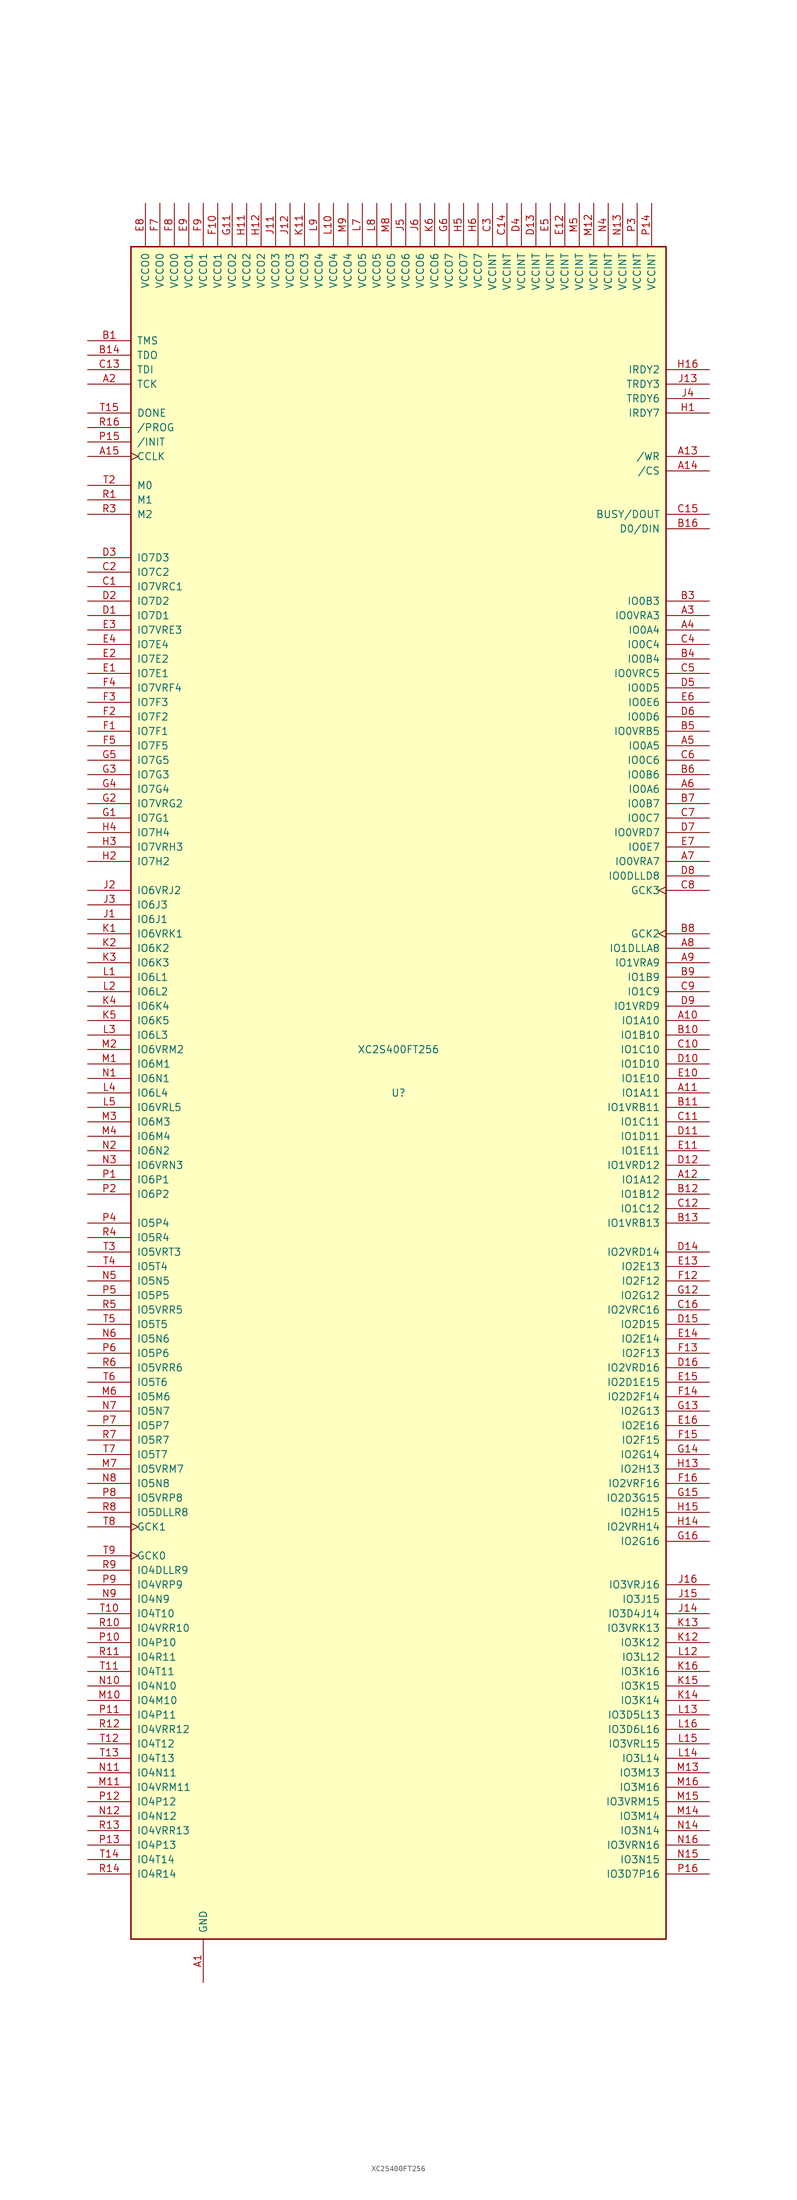
<source format=kicad_sym>
(kicad_symbol_lib
  (version 20241209)
  (generator "kicad_symbol_editor")
  (generator_version "9.0")
  (symbol "XC2S400FT256"
    (pin_names
      (offset 1.016))
    (property "Reference" "U"
      (at 0 0 0)
      (effects (font (size 1.27 1.27))))
    (property "Value" "XC2S400FT256"
      (at 0 7.62 0)
      (effects (font (size 1.27 1.27))))
    (symbol "XC2S400FT256_0_1"
      (rectangle (start 46.99 -148.59) (end -46.99 148.59) (stroke (width 0.254) (type default)) (fill (type background))))
    (symbol "XC2S400FT256_1_1"
      (pin bidirectional line (at -54.61 132.08 0) (length 7.62) (name "TMS" (effects (font (size 1.27 1.27)))) (number "B1" (effects (font (size 1.27 1.27)))))
      (pin bidirectional line (at -54.61 129.54 0) (length 7.62) (name "TDO" (effects (font (size 1.27 1.27)))) (number "B14" (effects (font (size 1.27 1.27)))))
      (pin bidirectional line (at -54.61 127 0) (length 7.62) (name "TDI" (effects (font (size 1.27 1.27)))) (number "C13" (effects (font (size 1.27 1.27)))))
      (pin bidirectional line (at -54.61 124.46 0) (length 7.62) (name "TCK" (effects (font (size 1.27 1.27)))) (number "A2" (effects (font (size 1.27 1.27)))))
      (pin bidirectional line (at -54.61 119.38 0) (length 7.62) (name "DONE" (effects (font (size 1.27 1.27)))) (number "T15" (effects (font (size 1.27 1.27)))))
      (pin input line (at -54.61 116.84 0) (length 7.62) (name "/PROG" (effects (font (size 1.27 1.27)))) (number "R16" (effects (font (size 1.27 1.27)))))
      (pin bidirectional line (at -54.61 114.3 0) (length 7.62) (name "/INIT" (effects (font (size 1.27 1.27)))) (number "P15" (effects (font (size 1.27 1.27)))))
      (pin bidirectional clock (at -54.61 111.76 0) (length 7.62) (name "CCLK" (effects (font (size 1.27 1.27)))) (number "A15" (effects (font (size 1.27 1.27)))))
      (pin input line (at -54.61 106.68 0) (length 7.62) (name "M0" (effects (font (size 1.27 1.27)))) (number "T2" (effects (font (size 1.27 1.27)))))
      (pin input line (at -54.61 104.14 0) (length 7.62) (name "M1" (effects (font (size 1.27 1.27)))) (number "R1" (effects (font (size 1.27 1.27)))))
      (pin input line (at -54.61 101.6 0) (length 7.62) (name "M2" (effects (font (size 1.27 1.27)))) (number "R3" (effects (font (size 1.27 1.27)))))
      (pin bidirectional line (at -54.61 93.98 0) (length 7.62) (name "IO7D3" (effects (font (size 1.27 1.27)))) (number "D3" (effects (font (size 1.27 1.27)))))
      (pin bidirectional line (at -54.61 91.44 0) (length 7.62) (name "IO7C2" (effects (font (size 1.27 1.27)))) (number "C2" (effects (font (size 1.27 1.27)))))
      (pin bidirectional line (at -54.61 88.9 0) (length 7.62) (name "IO7VRC1" (effects (font (size 1.27 1.27)))) (number "C1" (effects (font (size 1.27 1.27)))))
      (pin bidirectional line (at -54.61 86.36 0) (length 7.62) (name "IO7D2" (effects (font (size 1.27 1.27)))) (number "D2" (effects (font (size 1.27 1.27)))))
      (pin bidirectional line (at -54.61 83.82 0) (length 7.62) (name "IO7D1" (effects (font (size 1.27 1.27)))) (number "D1" (effects (font (size 1.27 1.27)))))
      (pin bidirectional line (at -54.61 81.28 0) (length 7.62) (name "IO7VRE3" (effects (font (size 1.27 1.27)))) (number "E3" (effects (font (size 1.27 1.27)))))
      (pin bidirectional line (at -54.61 78.74 0) (length 7.62) (name "IO7E4" (effects (font (size 1.27 1.27)))) (number "E4" (effects (font (size 1.27 1.27)))))
      (pin bidirectional line (at -54.61 76.2 0) (length 7.62) (name "IO7E2" (effects (font (size 1.27 1.27)))) (number "E2" (effects (font (size 1.27 1.27)))))
      (pin bidirectional line (at -54.61 73.66 0) (length 7.62) (name "IO7E1" (effects (font (size 1.27 1.27)))) (number "E1" (effects (font (size 1.27 1.27)))))
      (pin bidirectional line (at -54.61 71.12 0) (length 7.62) (name "IO7VRF4" (effects (font (size 1.27 1.27)))) (number "F4" (effects (font (size 1.27 1.27)))))
      (pin bidirectional line (at -54.61 68.58 0) (length 7.62) (name "IO7F3" (effects (font (size 1.27 1.27)))) (number "F3" (effects (font (size 1.27 1.27)))))
      (pin bidirectional line (at -54.61 66.04 0) (length 7.62) (name "IO7F2" (effects (font (size 1.27 1.27)))) (number "F2" (effects (font (size 1.27 1.27)))))
      (pin bidirectional line (at -54.61 63.5 0) (length 7.62) (name "IO7F1" (effects (font (size 1.27 1.27)))) (number "F1" (effects (font (size 1.27 1.27)))))
      (pin bidirectional line (at -54.61 60.96 0) (length 7.62) (name "IO7F5" (effects (font (size 1.27 1.27)))) (number "F5" (effects (font (size 1.27 1.27)))))
      (pin bidirectional line (at -54.61 58.42 0) (length 7.62) (name "IO7G5" (effects (font (size 1.27 1.27)))) (number "G5" (effects (font (size 1.27 1.27)))))
      (pin bidirectional line (at -54.61 55.88 0) (length 7.62) (name "IO7G3" (effects (font (size 1.27 1.27)))) (number "G3" (effects (font (size 1.27 1.27)))))
      (pin bidirectional line (at -54.61 53.34 0) (length 7.62) (name "IO7G4" (effects (font (size 1.27 1.27)))) (number "G4" (effects (font (size 1.27 1.27)))))
      (pin bidirectional line (at -54.61 50.8 0) (length 7.62) (name "IO7VRG2" (effects (font (size 1.27 1.27)))) (number "G2" (effects (font (size 1.27 1.27)))))
      (pin bidirectional line (at -54.61 48.26 0) (length 7.62) (name "IO7G1" (effects (font (size 1.27 1.27)))) (number "G1" (effects (font (size 1.27 1.27)))))
      (pin bidirectional line (at -54.61 45.72 0) (length 7.62) (name "IO7H4" (effects (font (size 1.27 1.27)))) (number "H4" (effects (font (size 1.27 1.27)))))
      (pin bidirectional line (at -54.61 43.18 0) (length 7.62) (name "IO7VRH3" (effects (font (size 1.27 1.27)))) (number "H3" (effects (font (size 1.27 1.27)))))
      (pin bidirectional line (at -54.61 40.64 0) (length 7.62) (name "IO7H2" (effects (font (size 1.27 1.27)))) (number "H2" (effects (font (size 1.27 1.27)))))
      (pin bidirectional line (at -54.61 35.56 0) (length 7.62) (name "IO6VRJ2" (effects (font (size 1.27 1.27)))) (number "J2" (effects (font (size 1.27 1.27)))))
      (pin bidirectional line (at -54.61 33.02 0) (length 7.62) (name "IO6J3" (effects (font (size 1.27 1.27)))) (number "J3" (effects (font (size 1.27 1.27)))))
      (pin bidirectional line (at -54.61 30.48 0) (length 7.62) (name "IO6J1" (effects (font (size 1.27 1.27)))) (number "J1" (effects (font (size 1.27 1.27)))))
      (pin bidirectional line (at -54.61 27.94 0) (length 7.62) (name "IO6VRK1" (effects (font (size 1.27 1.27)))) (number "K1" (effects (font (size 1.27 1.27)))))
      (pin bidirectional line (at -54.61 25.4 0) (length 7.62) (name "IO6K2" (effects (font (size 1.27 1.27)))) (number "K2" (effects (font (size 1.27 1.27)))))
      (pin bidirectional line (at -54.61 22.86 0) (length 7.62) (name "IO6K3" (effects (font (size 1.27 1.27)))) (number "K3" (effects (font (size 1.27 1.27)))))
      (pin bidirectional line (at -54.61 20.32 0) (length 7.62) (name "IO6L1" (effects (font (size 1.27 1.27)))) (number "L1" (effects (font (size 1.27 1.27)))))
      (pin bidirectional line (at -54.61 17.78 0) (length 7.62) (name "IO6L2" (effects (font (size 1.27 1.27)))) (number "L2" (effects (font (size 1.27 1.27)))))
      (pin bidirectional line (at -54.61 15.24 0) (length 7.62) (name "IO6K4" (effects (font (size 1.27 1.27)))) (number "K4" (effects (font (size 1.27 1.27)))))
      (pin bidirectional line (at -54.61 12.7 0) (length 7.62) (name "IO6K5" (effects (font (size 1.27 1.27)))) (number "K5" (effects (font (size 1.27 1.27)))))
      (pin bidirectional line (at -54.61 10.16 0) (length 7.62) (name "IO6L3" (effects (font (size 1.27 1.27)))) (number "L3" (effects (font (size 1.27 1.27)))))
      (pin bidirectional line (at -54.61 7.62 0) (length 7.62) (name "IO6VRM2" (effects (font (size 1.27 1.27)))) (number "M2" (effects (font (size 1.27 1.27)))))
      (pin bidirectional line (at -54.61 5.08 0) (length 7.62) (name "IO6M1" (effects (font (size 1.27 1.27)))) (number "M1" (effects (font (size 1.27 1.27)))))
      (pin bidirectional line (at -54.61 2.54 0) (length 7.62) (name "IO6N1" (effects (font (size 1.27 1.27)))) (number "N1" (effects (font (size 1.27 1.27)))))
      (pin bidirectional line (at -54.61 0 0) (length 7.62) (name "IO6L4" (effects (font (size 1.27 1.27)))) (number "L4" (effects (font (size 1.27 1.27)))))
      (pin bidirectional line (at -54.61 -2.54 0) (length 7.62) (name "IO6VRL5" (effects (font (size 1.27 1.27)))) (number "L5" (effects (font (size 1.27 1.27)))))
      (pin bidirectional line (at -54.61 -5.08 0) (length 7.62) (name "IO6M3" (effects (font (size 1.27 1.27)))) (number "M3" (effects (font (size 1.27 1.27)))))
      (pin bidirectional line (at -54.61 -7.62 0) (length 7.62) (name "IO6M4" (effects (font (size 1.27 1.27)))) (number "M4" (effects (font (size 1.27 1.27)))))
      (pin bidirectional line (at -54.61 -10.16 0) (length 7.62) (name "IO6N2" (effects (font (size 1.27 1.27)))) (number "N2" (effects (font (size 1.27 1.27)))))
      (pin bidirectional line (at -54.61 -12.7 0) (length 7.62) (name "IO6VRN3" (effects (font (size 1.27 1.27)))) (number "N3" (effects (font (size 1.27 1.27)))))
      (pin bidirectional line (at -54.61 -15.24 0) (length 7.62) (name "IO6P1" (effects (font (size 1.27 1.27)))) (number "P1" (effects (font (size 1.27 1.27)))))
      (pin bidirectional line (at -54.61 -17.78 0) (length 7.62) (name "IO6P2" (effects (font (size 1.27 1.27)))) (number "P2" (effects (font (size 1.27 1.27)))))
      (pin bidirectional line (at -54.61 -22.86 0) (length 7.62) (name "IO5P4" (effects (font (size 1.27 1.27)))) (number "P4" (effects (font (size 1.27 1.27)))))
      (pin bidirectional line (at -54.61 -25.4 0) (length 7.62) (name "IO5R4" (effects (font (size 1.27 1.27)))) (number "R4" (effects (font (size 1.27 1.27)))))
      (pin bidirectional line (at -54.61 -27.94 0) (length 7.62) (name "IO5VRT3" (effects (font (size 1.27 1.27)))) (number "T3" (effects (font (size 1.27 1.27)))))
      (pin bidirectional line (at -54.61 -30.48 0) (length 7.62) (name "IO5T4" (effects (font (size 1.27 1.27)))) (number "T4" (effects (font (size 1.27 1.27)))))
      (pin bidirectional line (at -54.61 -33.02 0) (length 7.62) (name "IO5N5" (effects (font (size 1.27 1.27)))) (number "N5" (effects (font (size 1.27 1.27)))))
      (pin bidirectional line (at -54.61 -35.56 0) (length 7.62) (name "IO5P5" (effects (font (size 1.27 1.27)))) (number "P5" (effects (font (size 1.27 1.27)))))
      (pin bidirectional line (at -54.61 -38.1 0) (length 7.62) (name "IO5VRR5" (effects (font (size 1.27 1.27)))) (number "R5" (effects (font (size 1.27 1.27)))))
      (pin bidirectional line (at -54.61 -40.64 0) (length 7.62) (name "IO5T5" (effects (font (size 1.27 1.27)))) (number "T5" (effects (font (size 1.27 1.27)))))
      (pin bidirectional line (at -54.61 -43.18 0) (length 7.62) (name "IO5N6" (effects (font (size 1.27 1.27)))) (number "N6" (effects (font (size 1.27 1.27)))))
      (pin bidirectional line (at -54.61 -45.72 0) (length 7.62) (name "IO5P6" (effects (font (size 1.27 1.27)))) (number "P6" (effects (font (size 1.27 1.27)))))
      (pin bidirectional line (at -54.61 -48.26 0) (length 7.62) (name "IO5VRR6" (effects (font (size 1.27 1.27)))) (number "R6" (effects (font (size 1.27 1.27)))))
      (pin bidirectional line (at -54.61 -50.8 0) (length 7.62) (name "IO5T6" (effects (font (size 1.27 1.27)))) (number "T6" (effects (font (size 1.27 1.27)))))
      (pin bidirectional line (at -54.61 -53.34 0) (length 7.62) (name "IO5M6" (effects (font (size 1.27 1.27)))) (number "M6" (effects (font (size 1.27 1.27)))))
      (pin bidirectional line (at -54.61 -55.88 0) (length 7.62) (name "IO5N7" (effects (font (size 1.27 1.27)))) (number "N7" (effects (font (size 1.27 1.27)))))
      (pin bidirectional line (at -54.61 -58.42 0) (length 7.62) (name "IO5P7" (effects (font (size 1.27 1.27)))) (number "P7" (effects (font (size 1.27 1.27)))))
      (pin bidirectional line (at -54.61 -60.96 0) (length 7.62) (name "IO5R7" (effects (font (size 1.27 1.27)))) (number "R7" (effects (font (size 1.27 1.27)))))
      (pin bidirectional line (at -54.61 -63.5 0) (length 7.62) (name "IO5T7" (effects (font (size 1.27 1.27)))) (number "T7" (effects (font (size 1.27 1.27)))))
      (pin bidirectional line (at -54.61 -66.04 0) (length 7.62) (name "IO5VRM7" (effects (font (size 1.27 1.27)))) (number "M7" (effects (font (size 1.27 1.27)))))
      (pin bidirectional line (at -54.61 -68.58 0) (length 7.62) (name "IO5N8" (effects (font (size 1.27 1.27)))) (number "N8" (effects (font (size 1.27 1.27)))))
      (pin bidirectional line (at -54.61 -71.12 0) (length 7.62) (name "IO5VRP8" (effects (font (size 1.27 1.27)))) (number "P8" (effects (font (size 1.27 1.27)))))
      (pin bidirectional line (at -54.61 -73.66 0) (length 7.62) (name "IO5DLLR8" (effects (font (size 1.27 1.27)))) (number "R8" (effects (font (size 1.27 1.27)))))
      (pin input clock (at -54.61 -76.2 0) (length 7.62) (name "GCK1" (effects (font (size 1.27 1.27)))) (number "T8" (effects (font (size 1.27 1.27)))))
      (pin input clock (at -54.61 -81.28 0) (length 7.62) (name "GCK0" (effects (font (size 1.27 1.27)))) (number "T9" (effects (font (size 1.27 1.27)))))
      (pin bidirectional line (at -54.61 -83.82 0) (length 7.62) (name "IO4DLLR9" (effects (font (size 1.27 1.27)))) (number "R9" (effects (font (size 1.27 1.27)))))
      (pin bidirectional line (at -54.61 -86.36 0) (length 7.62) (name "IO4VRP9" (effects (font (size 1.27 1.27)))) (number "P9" (effects (font (size 1.27 1.27)))))
      (pin bidirectional line (at -54.61 -88.9 0) (length 7.62) (name "IO4N9" (effects (font (size 1.27 1.27)))) (number "N9" (effects (font (size 1.27 1.27)))))
      (pin bidirectional line (at -54.61 -91.44 0) (length 7.62) (name "IO4T10" (effects (font (size 1.27 1.27)))) (number "T10" (effects (font (size 1.27 1.27)))))
      (pin bidirectional line (at -54.61 -93.98 0) (length 7.62) (name "IO4VRR10" (effects (font (size 1.27 1.27)))) (number "R10" (effects (font (size 1.27 1.27)))))
      (pin bidirectional line (at -54.61 -96.52 0) (length 7.62) (name "IO4P10" (effects (font (size 1.27 1.27)))) (number "P10" (effects (font (size 1.27 1.27)))))
      (pin bidirectional line (at -54.61 -99.06 0) (length 7.62) (name "IO4R11" (effects (font (size 1.27 1.27)))) (number "R11" (effects (font (size 1.27 1.27)))))
      (pin bidirectional line (at -54.61 -101.6 0) (length 7.62) (name "IO4T11" (effects (font (size 1.27 1.27)))) (number "T11" (effects (font (size 1.27 1.27)))))
      (pin bidirectional line (at -54.61 -104.14 0) (length 7.62) (name "IO4N10" (effects (font (size 1.27 1.27)))) (number "N10" (effects (font (size 1.27 1.27)))))
      (pin bidirectional line (at -54.61 -106.68 0) (length 7.62) (name "IO4M10" (effects (font (size 1.27 1.27)))) (number "M10" (effects (font (size 1.27 1.27)))))
      (pin bidirectional line (at -54.61 -109.22 0) (length 7.62) (name "IO4P11" (effects (font (size 1.27 1.27)))) (number "P11" (effects (font (size 1.27 1.27)))))
      (pin bidirectional line (at -54.61 -111.76 0) (length 7.62) (name "IO4VRR12" (effects (font (size 1.27 1.27)))) (number "R12" (effects (font (size 1.27 1.27)))))
      (pin bidirectional line (at -54.61 -114.3 0) (length 7.62) (name "IO4T12" (effects (font (size 1.27 1.27)))) (number "T12" (effects (font (size 1.27 1.27)))))
      (pin bidirectional line (at -54.61 -116.84 0) (length 7.62) (name "IO4T13" (effects (font (size 1.27 1.27)))) (number "T13" (effects (font (size 1.27 1.27)))))
      (pin bidirectional line (at -54.61 -119.38 0) (length 7.62) (name "IO4N11" (effects (font (size 1.27 1.27)))) (number "N11" (effects (font (size 1.27 1.27)))))
      (pin bidirectional line (at -54.61 -121.92 0) (length 7.62) (name "IO4VRM11" (effects (font (size 1.27 1.27)))) (number "M11" (effects (font (size 1.27 1.27)))))
      (pin bidirectional line (at -54.61 -124.46 0) (length 7.62) (name "IO4P12" (effects (font (size 1.27 1.27)))) (number "P12" (effects (font (size 1.27 1.27)))))
      (pin bidirectional line (at -54.61 -127 0) (length 7.62) (name "IO4N12" (effects (font (size 1.27 1.27)))) (number "N12" (effects (font (size 1.27 1.27)))))
      (pin bidirectional line (at -54.61 -129.54 0) (length 7.62) (name "IO4VRR13" (effects (font (size 1.27 1.27)))) (number "R13" (effects (font (size 1.27 1.27)))))
      (pin bidirectional line (at -54.61 -132.08 0) (length 7.62) (name "IO4P13" (effects (font (size 1.27 1.27)))) (number "P13" (effects (font (size 1.27 1.27)))))
      (pin bidirectional line (at -54.61 -134.62 0) (length 7.62) (name "IO4T14" (effects (font (size 1.27 1.27)))) (number "T14" (effects (font (size 1.27 1.27)))))
      (pin bidirectional line (at -54.61 -137.16 0) (length 7.62) (name "IO4R14" (effects (font (size 1.27 1.27)))) (number "R14" (effects (font (size 1.27 1.27)))))
      (pin power_in line (at -44.45 156.21 270) (length 7.62) (name "VCCO0" (effects (font (size 1.27 1.27)))) (number "E8" (effects (font (size 1.27 1.27)))))
      (pin power_in line (at -41.91 156.21 270) (length 7.62) (name "VCCO0" (effects (font (size 1.27 1.27)))) (number "F7" (effects (font (size 1.27 1.27)))))
      (pin power_in line (at -39.37 156.21 270) (length 7.62) (name "VCCO0" (effects (font (size 1.27 1.27)))) (number "F8" (effects (font (size 1.27 1.27)))))
      (pin power_in line (at -36.83 156.21 270) (length 7.62) (name "VCCO1" (effects (font (size 1.27 1.27)))) (number "E9" (effects (font (size 1.27 1.27)))))
      (pin power_in line (at -34.29 156.21 270) (length 7.62) (name "VCCO1" (effects (font (size 1.27 1.27)))) (number "F9" (effects (font (size 1.27 1.27)))))
      (pin power_in line (at -34.29 -156.21 90) (length 7.62) (name "GND" (effects (font (size 1.27 1.27)))) (number "A1" (effects (font (size 1.27 1.27)))))
      (pin passive line (at -34.29 -156.21 90) (length 7.62) (hide yes) (name "GND" (effects (font (size 1.27 1.27)))) (number "A16" (effects (font (size 1.27 1.27)))))
      (pin passive line (at -34.29 -156.21 90) (length 7.62) (hide yes) (name "GND" (effects (font (size 1.27 1.27)))) (number "B15" (effects (font (size 1.27 1.27)))))
      (pin passive line (at -34.29 -156.21 90) (length 7.62) (hide yes) (name "GND" (effects (font (size 1.27 1.27)))) (number "B2" (effects (font (size 1.27 1.27)))))
      (pin passive line (at -34.29 -156.21 90) (length 7.62) (hide yes) (name "GND" (effects (font (size 1.27 1.27)))) (number "F11" (effects (font (size 1.27 1.27)))))
      (pin passive line (at -34.29 -156.21 90) (length 7.62) (hide yes) (name "GND" (effects (font (size 1.27 1.27)))) (number "F6" (effects (font (size 1.27 1.27)))))
      (pin passive line (at -34.29 -156.21 90) (length 7.62) (hide yes) (name "GND" (effects (font (size 1.27 1.27)))) (number "G10" (effects (font (size 1.27 1.27)))))
      (pin passive line (at -34.29 -156.21 90) (length 7.62) (hide yes) (name "GND" (effects (font (size 1.27 1.27)))) (number "G7" (effects (font (size 1.27 1.27)))))
      (pin passive line (at -34.29 -156.21 90) (length 7.62) (hide yes) (name "GND" (effects (font (size 1.27 1.27)))) (number "G8" (effects (font (size 1.27 1.27)))))
      (pin passive line (at -34.29 -156.21 90) (length 7.62) (hide yes) (name "GND" (effects (font (size 1.27 1.27)))) (number "G9" (effects (font (size 1.27 1.27)))))
      (pin passive line (at -34.29 -156.21 90) (length 7.62) (hide yes) (name "GND" (effects (font (size 1.27 1.27)))) (number "H10" (effects (font (size 1.27 1.27)))))
      (pin passive line (at -34.29 -156.21 90) (length 7.62) (hide yes) (name "GND" (effects (font (size 1.27 1.27)))) (number "H7" (effects (font (size 1.27 1.27)))))
      (pin passive line (at -34.29 -156.21 90) (length 7.62) (hide yes) (name "GND" (effects (font (size 1.27 1.27)))) (number "H8" (effects (font (size 1.27 1.27)))))
      (pin passive line (at -34.29 -156.21 90) (length 7.62) (hide yes) (name "GND" (effects (font (size 1.27 1.27)))) (number "H9" (effects (font (size 1.27 1.27)))))
      (pin passive line (at -34.29 -156.21 90) (length 7.62) (hide yes) (name "GND" (effects (font (size 1.27 1.27)))) (number "J10" (effects (font (size 1.27 1.27)))))
      (pin passive line (at -34.29 -156.21 90) (length 7.62) (hide yes) (name "GND" (effects (font (size 1.27 1.27)))) (number "J7" (effects (font (size 1.27 1.27)))))
      (pin passive line (at -34.29 -156.21 90) (length 7.62) (hide yes) (name "GND" (effects (font (size 1.27 1.27)))) (number "J8" (effects (font (size 1.27 1.27)))))
      (pin passive line (at -34.29 -156.21 90) (length 7.62) (hide yes) (name "GND" (effects (font (size 1.27 1.27)))) (number "J9" (effects (font (size 1.27 1.27)))))
      (pin passive line (at -34.29 -156.21 90) (length 7.62) (hide yes) (name "GND" (effects (font (size 1.27 1.27)))) (number "K10" (effects (font (size 1.27 1.27)))))
      (pin passive line (at -34.29 -156.21 90) (length 7.62) (hide yes) (name "GND" (effects (font (size 1.27 1.27)))) (number "K7" (effects (font (size 1.27 1.27)))))
      (pin passive line (at -34.29 -156.21 90) (length 7.62) (hide yes) (name "GND" (effects (font (size 1.27 1.27)))) (number "K8" (effects (font (size 1.27 1.27)))))
      (pin passive line (at -34.29 -156.21 90) (length 7.62) (hide yes) (name "GND" (effects (font (size 1.27 1.27)))) (number "K9" (effects (font (size 1.27 1.27)))))
      (pin passive line (at -34.29 -156.21 90) (length 7.62) (hide yes) (name "GND" (effects (font (size 1.27 1.27)))) (number "L11" (effects (font (size 1.27 1.27)))))
      (pin passive line (at -34.29 -156.21 90) (length 7.62) (hide yes) (name "GND" (effects (font (size 1.27 1.27)))) (number "L6" (effects (font (size 1.27 1.27)))))
      (pin passive line (at -34.29 -156.21 90) (length 7.62) (hide yes) (name "GND" (effects (font (size 1.27 1.27)))) (number "R15" (effects (font (size 1.27 1.27)))))
      (pin passive line (at -34.29 -156.21 90) (length 7.62) (hide yes) (name "GND" (effects (font (size 1.27 1.27)))) (number "R2" (effects (font (size 1.27 1.27)))))
      (pin passive line (at -34.29 -156.21 90) (length 7.62) (hide yes) (name "GND" (effects (font (size 1.27 1.27)))) (number "T1" (effects (font (size 1.27 1.27)))))
      (pin passive line (at -34.29 -156.21 90) (length 7.62) (hide yes) (name "GND" (effects (font (size 1.27 1.27)))) (number "T16" (effects (font (size 1.27 1.27)))))
      (pin power_in line (at -31.75 156.21 270) (length 7.62) (name "VCCO1" (effects (font (size 1.27 1.27)))) (number "F10" (effects (font (size 1.27 1.27)))))
      (pin power_in line (at -29.21 156.21 270) (length 7.62) (name "VCCO2" (effects (font (size 1.27 1.27)))) (number "G11" (effects (font (size 1.27 1.27)))))
      (pin power_in line (at -26.67 156.21 270) (length 7.62) (name "VCCO2" (effects (font (size 1.27 1.27)))) (number "H11" (effects (font (size 1.27 1.27)))))
      (pin power_in line (at -24.13 156.21 270) (length 7.62) (name "VCCO2" (effects (font (size 1.27 1.27)))) (number "H12" (effects (font (size 1.27 1.27)))))
      (pin power_in line (at -21.59 156.21 270) (length 7.62) (name "VCCO3" (effects (font (size 1.27 1.27)))) (number "J11" (effects (font (size 1.27 1.27)))))
      (pin power_in line (at -19.05 156.21 270) (length 7.62) (name "VCCO3" (effects (font (size 1.27 1.27)))) (number "J12" (effects (font (size 1.27 1.27)))))
      (pin power_in line (at -16.51 156.21 270) (length 7.62) (name "VCCO3" (effects (font (size 1.27 1.27)))) (number "K11" (effects (font (size 1.27 1.27)))))
      (pin passive line (at -13.97 156.21 270) (length 7.62) (name "VCCO4" (effects (font (size 1.27 1.27)))) (number "L9" (effects (font (size 1.27 1.27)))))
      (pin power_in line (at -11.43 156.21 270) (length 7.62) (name "VCCO4" (effects (font (size 1.27 1.27)))) (number "L10" (effects (font (size 1.27 1.27)))))
      (pin power_in line (at -8.89 156.21 270) (length 7.62) (name "VCCO4" (effects (font (size 1.27 1.27)))) (number "M9" (effects (font (size 1.27 1.27)))))
      (pin power_in line (at -6.35 156.21 270) (length 7.62) (name "VCCO5" (effects (font (size 1.27 1.27)))) (number "L7" (effects (font (size 1.27 1.27)))))
      (pin power_in line (at -3.81 156.21 270) (length 7.62) (name "VCCO5" (effects (font (size 1.27 1.27)))) (number "L8" (effects (font (size 1.27 1.27)))))
      (pin power_in line (at -1.27 156.21 270) (length 7.62) (name "VCCO5" (effects (font (size 1.27 1.27)))) (number "M8" (effects (font (size 1.27 1.27)))))
      (pin power_in line (at 1.27 156.21 270) (length 7.62) (name "VCCO6" (effects (font (size 1.27 1.27)))) (number "J5" (effects (font (size 1.27 1.27)))))
      (pin power_in line (at 3.81 156.21 270) (length 7.62) (name "VCCO6" (effects (font (size 1.27 1.27)))) (number "J6" (effects (font (size 1.27 1.27)))))
      (pin power_in line (at 6.35 156.21 270) (length 7.62) (name "VCCO6" (effects (font (size 1.27 1.27)))) (number "K6" (effects (font (size 1.27 1.27)))))
      (pin power_in line (at 8.89 156.21 270) (length 7.62) (name "VCCO7" (effects (font (size 1.27 1.27)))) (number "G6" (effects (font (size 1.27 1.27)))))
      (pin power_in line (at 11.43 156.21 270) (length 7.62) (name "VCCO7" (effects (font (size 1.27 1.27)))) (number "H5" (effects (font (size 1.27 1.27)))))
      (pin power_in line (at 13.97 156.21 270) (length 7.62) (name "VCCO7" (effects (font (size 1.27 1.27)))) (number "H6" (effects (font (size 1.27 1.27)))))
      (pin power_in line (at 16.51 156.21 270) (length 7.62) (name "VCCINT" (effects (font (size 1.27 1.27)))) (number "C3" (effects (font (size 1.27 1.27)))))
      (pin power_in line (at 19.05 156.21 270) (length 7.62) (name "VCCINT" (effects (font (size 1.27 1.27)))) (number "C14" (effects (font (size 1.27 1.27)))))
      (pin power_in line (at 21.59 156.21 270) (length 7.62) (name "VCCINT" (effects (font (size 1.27 1.27)))) (number "D4" (effects (font (size 1.27 1.27)))))
      (pin power_in line (at 24.13 156.21 270) (length 7.62) (name "VCCINT" (effects (font (size 1.27 1.27)))) (number "D13" (effects (font (size 1.27 1.27)))))
      (pin power_in line (at 26.67 156.21 270) (length 7.62) (name "VCCINT" (effects (font (size 1.27 1.27)))) (number "E5" (effects (font (size 1.27 1.27)))))
      (pin power_in line (at 29.21 156.21 270) (length 7.62) (name "VCCINT" (effects (font (size 1.27 1.27)))) (number "E12" (effects (font (size 1.27 1.27)))))
      (pin power_in line (at 31.75 156.21 270) (length 7.62) (name "VCCINT" (effects (font (size 1.27 1.27)))) (number "M5" (effects (font (size 1.27 1.27)))))
      (pin power_in line (at 34.29 156.21 270) (length 7.62) (name "VCCINT" (effects (font (size 1.27 1.27)))) (number "M12" (effects (font (size 1.27 1.27)))))
      (pin power_in line (at 36.83 156.21 270) (length 7.62) (name "VCCINT" (effects (font (size 1.27 1.27)))) (number "N4" (effects (font (size 1.27 1.27)))))
      (pin power_in line (at 39.37 156.21 270) (length 7.62) (name "VCCINT" (effects (font (size 1.27 1.27)))) (number "N13" (effects (font (size 1.27 1.27)))))
      (pin power_in line (at 41.91 156.21 270) (length 7.62) (name "VCCINT" (effects (font (size 1.27 1.27)))) (number "P3" (effects (font (size 1.27 1.27)))))
      (pin power_in line (at 44.45 156.21 270) (length 7.62) (name "VCCINT" (effects (font (size 1.27 1.27)))) (number "P14" (effects (font (size 1.27 1.27)))))
      (pin bidirectional line (at 54.61 127 180) (length 7.62) (name "IRDY2" (effects (font (size 1.27 1.27)))) (number "H16" (effects (font (size 1.27 1.27)))))
      (pin bidirectional line (at 54.61 124.46 180) (length 7.62) (name "TRDY3" (effects (font (size 1.27 1.27)))) (number "J13" (effects (font (size 1.27 1.27)))))
      (pin bidirectional line (at 54.61 121.92 180) (length 7.62) (name "TRDY6" (effects (font (size 1.27 1.27)))) (number "J4" (effects (font (size 1.27 1.27)))))
      (pin bidirectional line (at 54.61 119.38 180) (length 7.62) (name "IRDY7" (effects (font (size 1.27 1.27)))) (number "H1" (effects (font (size 1.27 1.27)))))
      (pin bidirectional line (at 54.61 111.76 180) (length 7.62) (name "/WR" (effects (font (size 1.27 1.27)))) (number "A13" (effects (font (size 1.27 1.27)))))
      (pin bidirectional line (at 54.61 109.22 180) (length 7.62) (name "/CS" (effects (font (size 1.27 1.27)))) (number "A14" (effects (font (size 1.27 1.27)))))
      (pin bidirectional line (at 54.61 101.6 180) (length 7.62) (name "BUSY/DOUT" (effects (font (size 1.27 1.27)))) (number "C15" (effects (font (size 1.27 1.27)))))
      (pin bidirectional line (at 54.61 99.06 180) (length 7.62) (name "D0/DIN" (effects (font (size 1.27 1.27)))) (number "B16" (effects (font (size 1.27 1.27)))))
      (pin bidirectional line (at 54.61 86.36 180) (length 7.62) (name "IO0B3" (effects (font (size 1.27 1.27)))) (number "B3" (effects (font (size 1.27 1.27)))))
      (pin bidirectional line (at 54.61 83.82 180) (length 7.62) (name "IO0VRA3" (effects (font (size 1.27 1.27)))) (number "A3" (effects (font (size 1.27 1.27)))))
      (pin bidirectional line (at 54.61 81.28 180) (length 7.62) (name "IO0A4" (effects (font (size 1.27 1.27)))) (number "A4" (effects (font (size 1.27 1.27)))))
      (pin bidirectional line (at 54.61 78.74 180) (length 7.62) (name "IO0C4" (effects (font (size 1.27 1.27)))) (number "C4" (effects (font (size 1.27 1.27)))))
      (pin bidirectional line (at 54.61 76.2 180) (length 7.62) (name "IO0B4" (effects (font (size 1.27 1.27)))) (number "B4" (effects (font (size 1.27 1.27)))))
      (pin bidirectional line (at 54.61 73.66 180) (length 7.62) (name "IO0VRC5" (effects (font (size 1.27 1.27)))) (number "C5" (effects (font (size 1.27 1.27)))))
      (pin bidirectional line (at 54.61 71.12 180) (length 7.62) (name "IO0D5" (effects (font (size 1.27 1.27)))) (number "D5" (effects (font (size 1.27 1.27)))))
      (pin bidirectional line (at 54.61 68.58 180) (length 7.62) (name "IO0E6" (effects (font (size 1.27 1.27)))) (number "E6" (effects (font (size 1.27 1.27)))))
      (pin bidirectional line (at 54.61 66.04 180) (length 7.62) (name "IO0D6" (effects (font (size 1.27 1.27)))) (number "D6" (effects (font (size 1.27 1.27)))))
      (pin bidirectional line (at 54.61 63.5 180) (length 7.62) (name "IO0VRB5" (effects (font (size 1.27 1.27)))) (number "B5" (effects (font (size 1.27 1.27)))))
      (pin bidirectional line (at 54.61 60.96 180) (length 7.62) (name "IO0A5" (effects (font (size 1.27 1.27)))) (number "A5" (effects (font (size 1.27 1.27)))))
      (pin bidirectional line (at 54.61 58.42 180) (length 7.62) (name "IO0C6" (effects (font (size 1.27 1.27)))) (number "C6" (effects (font (size 1.27 1.27)))))
      (pin bidirectional line (at 54.61 55.88 180) (length 7.62) (name "IO0B6" (effects (font (size 1.27 1.27)))) (number "B6" (effects (font (size 1.27 1.27)))))
      (pin bidirectional line (at 54.61 53.34 180) (length 7.62) (name "IO0A6" (effects (font (size 1.27 1.27)))) (number "A6" (effects (font (size 1.27 1.27)))))
      (pin bidirectional line (at 54.61 50.8 180) (length 7.62) (name "IO0B7" (effects (font (size 1.27 1.27)))) (number "B7" (effects (font (size 1.27 1.27)))))
      (pin bidirectional line (at 54.61 48.26 180) (length 7.62) (name "IO0C7" (effects (font (size 1.27 1.27)))) (number "C7" (effects (font (size 1.27 1.27)))))
      (pin bidirectional line (at 54.61 45.72 180) (length 7.62) (name "IO0VRD7" (effects (font (size 1.27 1.27)))) (number "D7" (effects (font (size 1.27 1.27)))))
      (pin bidirectional line (at 54.61 43.18 180) (length 7.62) (name "IO0E7" (effects (font (size 1.27 1.27)))) (number "E7" (effects (font (size 1.27 1.27)))))
      (pin bidirectional line (at 54.61 40.64 180) (length 7.62) (name "IO0VRA7" (effects (font (size 1.27 1.27)))) (number "A7" (effects (font (size 1.27 1.27)))))
      (pin bidirectional line (at 54.61 38.1 180) (length 7.62) (name "IO0DLLD8" (effects (font (size 1.27 1.27)))) (number "D8" (effects (font (size 1.27 1.27)))))
      (pin input clock (at 54.61 35.56 180) (length 7.62) (name "GCK3" (effects (font (size 1.27 1.27)))) (number "C8" (effects (font (size 1.27 1.27)))))
      (pin input clock (at 54.61 27.94 180) (length 7.62) (name "GCK2" (effects (font (size 1.27 1.27)))) (number "B8" (effects (font (size 1.27 1.27)))))
      (pin bidirectional line (at 54.61 25.4 180) (length 7.62) (name "IO1DLLA8" (effects (font (size 1.27 1.27)))) (number "A8" (effects (font (size 1.27 1.27)))))
      (pin bidirectional line (at 54.61 22.86 180) (length 7.62) (name "IO1VRA9" (effects (font (size 1.27 1.27)))) (number "A9" (effects (font (size 1.27 1.27)))))
      (pin bidirectional line (at 54.61 20.32 180) (length 7.62) (name "IO1B9" (effects (font (size 1.27 1.27)))) (number "B9" (effects (font (size 1.27 1.27)))))
      (pin bidirectional line (at 54.61 17.78 180) (length 7.62) (name "IO1C9" (effects (font (size 1.27 1.27)))) (number "C9" (effects (font (size 1.27 1.27)))))
      (pin bidirectional line (at 54.61 15.24 180) (length 7.62) (name "IO1VRD9" (effects (font (size 1.27 1.27)))) (number "D9" (effects (font (size 1.27 1.27)))))
      (pin bidirectional line (at 54.61 12.7 180) (length 7.62) (name "IO1A10" (effects (font (size 1.27 1.27)))) (number "A10" (effects (font (size 1.27 1.27)))))
      (pin bidirectional line (at 54.61 10.16 180) (length 7.62) (name "IO1B10" (effects (font (size 1.27 1.27)))) (number "B10" (effects (font (size 1.27 1.27)))))
      (pin bidirectional line (at 54.61 7.62 180) (length 7.62) (name "IO1C10" (effects (font (size 1.27 1.27)))) (number "C10" (effects (font (size 1.27 1.27)))))
      (pin bidirectional line (at 54.61 5.08 180) (length 7.62) (name "IO1D10" (effects (font (size 1.27 1.27)))) (number "D10" (effects (font (size 1.27 1.27)))))
      (pin bidirectional line (at 54.61 2.54 180) (length 7.62) (name "IO1E10" (effects (font (size 1.27 1.27)))) (number "E10" (effects (font (size 1.27 1.27)))))
      (pin bidirectional line (at 54.61 0 180) (length 7.62) (name "IO1A11" (effects (font (size 1.27 1.27)))) (number "A11" (effects (font (size 1.27 1.27)))))
      (pin bidirectional line (at 54.61 -2.54 180) (length 7.62) (name "IO1VRB11" (effects (font (size 1.27 1.27)))) (number "B11" (effects (font (size 1.27 1.27)))))
      (pin bidirectional line (at 54.61 -5.08 180) (length 7.62) (name "IO1C11" (effects (font (size 1.27 1.27)))) (number "C11" (effects (font (size 1.27 1.27)))))
      (pin bidirectional line (at 54.61 -7.62 180) (length 7.62) (name "IO1D11" (effects (font (size 1.27 1.27)))) (number "D11" (effects (font (size 1.27 1.27)))))
      (pin bidirectional line (at 54.61 -10.16 180) (length 7.62) (name "IO1E11" (effects (font (size 1.27 1.27)))) (number "E11" (effects (font (size 1.27 1.27)))))
      (pin bidirectional line (at 54.61 -12.7 180) (length 7.62) (name "IO1VRD12" (effects (font (size 1.27 1.27)))) (number "D12" (effects (font (size 1.27 1.27)))))
      (pin bidirectional line (at 54.61 -15.24 180) (length 7.62) (name "IO1A12" (effects (font (size 1.27 1.27)))) (number "A12" (effects (font (size 1.27 1.27)))))
      (pin bidirectional line (at 54.61 -17.78 180) (length 7.62) (name "IO1B12" (effects (font (size 1.27 1.27)))) (number "B12" (effects (font (size 1.27 1.27)))))
      (pin bidirectional line (at 54.61 -20.32 180) (length 7.62) (name "IO1C12" (effects (font (size 1.27 1.27)))) (number "C12" (effects (font (size 1.27 1.27)))))
      (pin bidirectional line (at 54.61 -22.86 180) (length 7.62) (name "IO1VRB13" (effects (font (size 1.27 1.27)))) (number "B13" (effects (font (size 1.27 1.27)))))
      (pin bidirectional line (at 54.61 -27.94 180) (length 7.62) (name "IO2VRD14" (effects (font (size 1.27 1.27)))) (number "D14" (effects (font (size 1.27 1.27)))))
      (pin bidirectional line (at 54.61 -30.48 180) (length 7.62) (name "IO2E13" (effects (font (size 1.27 1.27)))) (number "E13" (effects (font (size 1.27 1.27)))))
      (pin bidirectional line (at 54.61 -33.02 180) (length 7.62) (name "IO2F12" (effects (font (size 1.27 1.27)))) (number "F12" (effects (font (size 1.27 1.27)))))
      (pin bidirectional line (at 54.61 -35.56 180) (length 7.62) (name "IO2G12" (effects (font (size 1.27 1.27)))) (number "G12" (effects (font (size 1.27 1.27)))))
      (pin bidirectional line (at 54.61 -38.1 180) (length 7.62) (name "IO2VRC16" (effects (font (size 1.27 1.27)))) (number "C16" (effects (font (size 1.27 1.27)))))
      (pin bidirectional line (at 54.61 -40.64 180) (length 7.62) (name "IO2D15" (effects (font (size 1.27 1.27)))) (number "D15" (effects (font (size 1.27 1.27)))))
      (pin bidirectional line (at 54.61 -43.18 180) (length 7.62) (name "IO2E14" (effects (font (size 1.27 1.27)))) (number "E14" (effects (font (size 1.27 1.27)))))
      (pin bidirectional line (at 54.61 -45.72 180) (length 7.62) (name "IO2F13" (effects (font (size 1.27 1.27)))) (number "F13" (effects (font (size 1.27 1.27)))))
      (pin bidirectional line (at 54.61 -48.26 180) (length 7.62) (name "IO2VRD16" (effects (font (size 1.27 1.27)))) (number "D16" (effects (font (size 1.27 1.27)))))
      (pin bidirectional line (at 54.61 -50.8 180) (length 7.62) (name "IO2D1E15" (effects (font (size 1.27 1.27)))) (number "E15" (effects (font (size 1.27 1.27)))))
      (pin bidirectional line (at 54.61 -53.34 180) (length 7.62) (name "IO2D2F14" (effects (font (size 1.27 1.27)))) (number "F14" (effects (font (size 1.27 1.27)))))
      (pin bidirectional line (at 54.61 -55.88 180) (length 7.62) (name "IO2G13" (effects (font (size 1.27 1.27)))) (number "G13" (effects (font (size 1.27 1.27)))))
      (pin bidirectional line (at 54.61 -58.42 180) (length 7.62) (name "IO2E16" (effects (font (size 1.27 1.27)))) (number "E16" (effects (font (size 1.27 1.27)))))
      (pin bidirectional line (at 54.61 -60.96 180) (length 7.62) (name "IO2F15" (effects (font (size 1.27 1.27)))) (number "F15" (effects (font (size 1.27 1.27)))))
      (pin bidirectional line (at 54.61 -63.5 180) (length 7.62) (name "IO2G14" (effects (font (size 1.27 1.27)))) (number "G14" (effects (font (size 1.27 1.27)))))
      (pin bidirectional line (at 54.61 -66.04 180) (length 7.62) (name "IO2H13" (effects (font (size 1.27 1.27)))) (number "H13" (effects (font (size 1.27 1.27)))))
      (pin bidirectional line (at 54.61 -68.58 180) (length 7.62) (name "IO2VRF16" (effects (font (size 1.27 1.27)))) (number "F16" (effects (font (size 1.27 1.27)))))
      (pin bidirectional line (at 54.61 -71.12 180) (length 7.62) (name "IO2D3G15" (effects (font (size 1.27 1.27)))) (number "G15" (effects (font (size 1.27 1.27)))))
      (pin bidirectional line (at 54.61 -73.66 180) (length 7.62) (name "IO2H15" (effects (font (size 1.27 1.27)))) (number "H15" (effects (font (size 1.27 1.27)))))
      (pin bidirectional line (at 54.61 -76.2 180) (length 7.62) (name "IO2VRH14" (effects (font (size 1.27 1.27)))) (number "H14" (effects (font (size 1.27 1.27)))))
      (pin bidirectional line (at 54.61 -78.74 180) (length 7.62) (name "IO2G16" (effects (font (size 1.27 1.27)))) (number "G16" (effects (font (size 1.27 1.27)))))
      (pin bidirectional line (at 54.61 -86.36 180) (length 7.62) (name "IO3VRJ16" (effects (font (size 1.27 1.27)))) (number "J16" (effects (font (size 1.27 1.27)))))
      (pin bidirectional line (at 54.61 -88.9 180) (length 7.62) (name "IO3J15" (effects (font (size 1.27 1.27)))) (number "J15" (effects (font (size 1.27 1.27)))))
      (pin bidirectional line (at 54.61 -91.44 180) (length 7.62) (name "IO3D4J14" (effects (font (size 1.27 1.27)))) (number "J14" (effects (font (size 1.27 1.27)))))
      (pin bidirectional line (at 54.61 -93.98 180) (length 7.62) (name "IO3VRK13" (effects (font (size 1.27 1.27)))) (number "K13" (effects (font (size 1.27 1.27)))))
      (pin bidirectional line (at 54.61 -96.52 180) (length 7.62) (name "IO3K12" (effects (font (size 1.27 1.27)))) (number "K12" (effects (font (size 1.27 1.27)))))
      (pin bidirectional line (at 54.61 -99.06 180) (length 7.62) (name "IO3L12" (effects (font (size 1.27 1.27)))) (number "L12" (effects (font (size 1.27 1.27)))))
      (pin bidirectional line (at 54.61 -101.6 180) (length 7.62) (name "IO3K16" (effects (font (size 1.27 1.27)))) (number "K16" (effects (font (size 1.27 1.27)))))
      (pin bidirectional line (at 54.61 -104.14 180) (length 7.62) (name "IO3K15" (effects (font (size 1.27 1.27)))) (number "K15" (effects (font (size 1.27 1.27)))))
      (pin bidirectional line (at 54.61 -106.68 180) (length 7.62) (name "IO3K14" (effects (font (size 1.27 1.27)))) (number "K14" (effects (font (size 1.27 1.27)))))
      (pin bidirectional line (at 54.61 -109.22 180) (length 7.62) (name "IO3D5L13" (effects (font (size 1.27 1.27)))) (number "L13" (effects (font (size 1.27 1.27)))))
      (pin bidirectional line (at 54.61 -111.76 180) (length 7.62) (name "IO3D6L16" (effects (font (size 1.27 1.27)))) (number "L16" (effects (font (size 1.27 1.27)))))
      (pin bidirectional line (at 54.61 -114.3 180) (length 7.62) (name "IO3VRL15" (effects (font (size 1.27 1.27)))) (number "L15" (effects (font (size 1.27 1.27)))))
      (pin bidirectional line (at 54.61 -116.84 180) (length 7.62) (name "IO3L14" (effects (font (size 1.27 1.27)))) (number "L14" (effects (font (size 1.27 1.27)))))
      (pin bidirectional line (at 54.61 -119.38 180) (length 7.62) (name "IO3M13" (effects (font (size 1.27 1.27)))) (number "M13" (effects (font (size 1.27 1.27)))))
      (pin bidirectional line (at 54.61 -121.92 180) (length 7.62) (name "IO3M16" (effects (font (size 1.27 1.27)))) (number "M16" (effects (font (size 1.27 1.27)))))
      (pin bidirectional line (at 54.61 -124.46 180) (length 7.62) (name "IO3VRM15" (effects (font (size 1.27 1.27)))) (number "M15" (effects (font (size 1.27 1.27)))))
      (pin bidirectional line (at 54.61 -127 180) (length 7.62) (name "IO3M14" (effects (font (size 1.27 1.27)))) (number "M14" (effects (font (size 1.27 1.27)))))
      (pin bidirectional line (at 54.61 -129.54 180) (length 7.62) (name "IO3N14" (effects (font (size 1.27 1.27)))) (number "N14" (effects (font (size 1.27 1.27)))))
      (pin bidirectional line (at 54.61 -132.08 180) (length 7.62) (name "IO3VRN16" (effects (font (size 1.27 1.27)))) (number "N16" (effects (font (size 1.27 1.27)))))
      (pin bidirectional line (at 54.61 -134.62 180) (length 7.62) (name "IO3N15" (effects (font (size 1.27 1.27)))) (number "N15" (effects (font (size 1.27 1.27)))))
      (pin bidirectional line (at 54.61 -137.16 180) (length 7.62) (name "IO3D7P16" (effects (font (size 1.27 1.27)))) (number "P16" (effects (font (size 1.27 1.27))))))))
</source>
